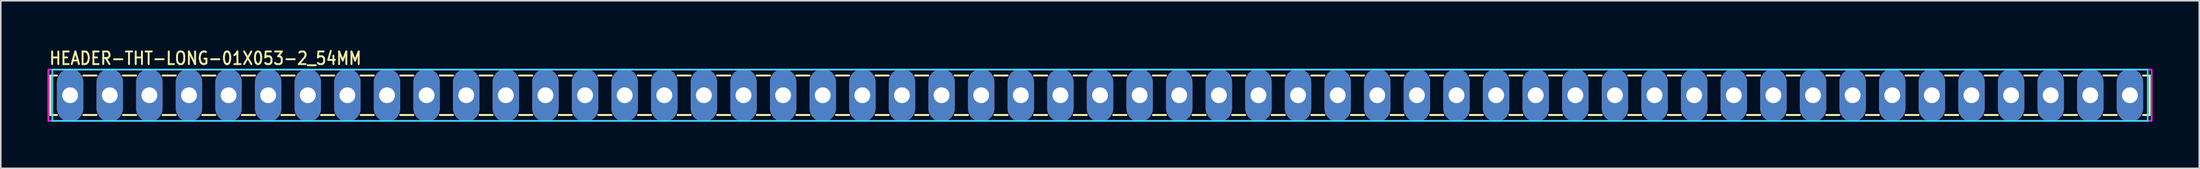
<source format=kicad_pcb>
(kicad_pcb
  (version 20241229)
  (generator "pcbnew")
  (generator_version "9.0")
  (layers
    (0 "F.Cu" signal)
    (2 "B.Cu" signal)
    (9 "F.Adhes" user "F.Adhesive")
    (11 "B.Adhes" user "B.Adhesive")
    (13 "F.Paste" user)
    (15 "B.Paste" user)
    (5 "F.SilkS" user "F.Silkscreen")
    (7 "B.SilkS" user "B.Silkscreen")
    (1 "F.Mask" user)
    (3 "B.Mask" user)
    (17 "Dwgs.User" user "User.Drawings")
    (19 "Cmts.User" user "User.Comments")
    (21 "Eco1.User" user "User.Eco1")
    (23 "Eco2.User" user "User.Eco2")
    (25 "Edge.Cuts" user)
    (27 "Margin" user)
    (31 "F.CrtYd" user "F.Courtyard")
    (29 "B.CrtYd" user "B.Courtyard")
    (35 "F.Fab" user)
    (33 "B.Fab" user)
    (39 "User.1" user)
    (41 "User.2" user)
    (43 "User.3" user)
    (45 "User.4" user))
  (footprint "HEADER-THT-LONG-01X053-2_54MM"
    (layer "F.Cu")
    (at 1.447 3.079)
    (property "Reference" "HEADER-THT-LONG-01X053-2_54MM" (at -1.4 -1.9 0) (unlocked yes) (layer "F.SilkS") (effects (font (size 0.813 0.695) (thickness 0.122)) (justify left bottom)))
    (fp_line (start -1.27 -1.27) (end -1.27 1.27) (stroke (width 0.127) (type solid)) (layer "F.SilkS"))
    (fp_line (start -1.27 1.27) (end -0.85 1.27) (stroke (width 0.127) (type solid)) (layer "F.SilkS"))
    (fp_line (start -0.85 -1.27) (end -1.27 -1.27) (stroke (width 0.127) (type solid)) (layer "F.SilkS"))
    (fp_line (start 0.85 -1.27) (end 1.69 -1.27) (stroke (width 0.127) (type solid)) (layer "F.SilkS"))
    (fp_line (start 0.85 1.27) (end 1.69 1.27) (stroke (width 0.127) (type solid)) (layer "F.SilkS"))
    (fp_line (start 3.39 -1.27) (end 4.23 -1.27) (stroke (width 0.127) (type solid)) (layer "F.SilkS"))
    (fp_line (start 3.39 1.27) (end 4.23 1.27) (stroke (width 0.127) (type solid)) (layer "F.SilkS"))
    (fp_line (start 5.93 -1.27) (end 6.77 -1.27) (stroke (width 0.127) (type solid)) (layer "F.SilkS"))
    (fp_line (start 5.93 1.27) (end 6.77 1.27) (stroke (width 0.127) (type solid)) (layer "F.SilkS"))
    (fp_line (start 8.47 -1.27) (end 9.31 -1.27) (stroke (width 0.127) (type solid)) (layer "F.SilkS"))
    (fp_line (start 8.47 1.27) (end 9.31 1.27) (stroke (width 0.127) (type solid)) (layer "F.SilkS"))
    (fp_line (start 11.01 -1.27) (end 11.85 -1.27) (stroke (width 0.127) (type solid)) (layer "F.SilkS"))
    (fp_line (start 11.01 1.27) (end 11.85 1.27) (stroke (width 0.127) (type solid)) (layer "F.SilkS"))
    (fp_line (start 13.55 -1.27) (end 14.39 -1.27) (stroke (width 0.127) (type solid)) (layer "F.SilkS"))
    (fp_line (start 13.55 1.27) (end 14.39 1.27) (stroke (width 0.127) (type solid)) (layer "F.SilkS"))
    (fp_line (start 16.09 -1.27) (end 16.93 -1.27) (stroke (width 0.127) (type solid)) (layer "F.SilkS"))
    (fp_line (start 16.09 1.27) (end 16.93 1.27) (stroke (width 0.127) (type solid)) (layer "F.SilkS"))
    (fp_line (start 18.63 -1.27) (end 19.47 -1.27) (stroke (width 0.127) (type solid)) (layer "F.SilkS"))
    (fp_line (start 18.63 1.27) (end 19.47 1.27) (stroke (width 0.127) (type solid)) (layer "F.SilkS"))
    (fp_line (start 21.17 -1.27) (end 22.01 -1.27) (stroke (width 0.127) (type solid)) (layer "F.SilkS"))
    (fp_line (start 21.17 1.27) (end 22.01 1.27) (stroke (width 0.127) (type solid)) (layer "F.SilkS"))
    (fp_line (start 23.71 -1.27) (end 24.55 -1.27) (stroke (width 0.127) (type solid)) (layer "F.SilkS"))
    (fp_line (start 23.71 1.27) (end 24.55 1.27) (stroke (width 0.127) (type solid)) (layer "F.SilkS"))
    (fp_line (start 26.25 -1.27) (end 27.09 -1.27) (stroke (width 0.127) (type solid)) (layer "F.SilkS"))
    (fp_line (start 26.25 1.27) (end 27.09 1.27) (stroke (width 0.127) (type solid)) (layer "F.SilkS"))
    (fp_line (start 28.79 -1.27) (end 29.63 -1.27) (stroke (width 0.127) (type solid)) (layer "F.SilkS"))
    (fp_line (start 28.79 1.27) (end 29.63 1.27) (stroke (width 0.127) (type solid)) (layer "F.SilkS"))
    (fp_line (start 31.33 -1.27) (end 32.17 -1.27) (stroke (width 0.127) (type solid)) (layer "F.SilkS"))
    (fp_line (start 31.33 1.27) (end 32.17 1.27) (stroke (width 0.127) (type solid)) (layer "F.SilkS"))
    (fp_line (start 33.87 -1.27) (end 34.71 -1.27) (stroke (width 0.127) (type solid)) (layer "F.SilkS"))
    (fp_line (start 33.87 1.27) (end 34.71 1.27) (stroke (width 0.127) (type solid)) (layer "F.SilkS"))
    (fp_line (start 36.41 -1.27) (end 37.25 -1.27) (stroke (width 0.127) (type solid)) (layer "F.SilkS"))
    (fp_line (start 36.41 1.27) (end 37.25 1.27) (stroke (width 0.127) (type solid)) (layer "F.SilkS"))
    (fp_line (start 38.95 -1.27) (end 39.79 -1.27) (stroke (width 0.127) (type solid)) (layer "F.SilkS"))
    (fp_line (start 38.95 1.27) (end 39.79 1.27) (stroke (width 0.127) (type solid)) (layer "F.SilkS"))
    (fp_line (start 41.49 -1.27) (end 42.33 -1.27) (stroke (width 0.127) (type solid)) (layer "F.SilkS"))
    (fp_line (start 41.49 1.27) (end 42.33 1.27) (stroke (width 0.127) (type solid)) (layer "F.SilkS"))
    (fp_line (start 44.03 -1.27) (end 44.87 -1.27) (stroke (width 0.127) (type solid)) (layer "F.SilkS"))
    (fp_line (start 44.03 1.27) (end 44.87 1.27) (stroke (width 0.127) (type solid)) (layer "F.SilkS"))
    (fp_line (start 46.57 -1.27) (end 47.41 -1.27) (stroke (width 0.127) (type solid)) (layer "F.SilkS"))
    (fp_line (start 46.57 1.27) (end 47.41 1.27) (stroke (width 0.127) (type solid)) (layer "F.SilkS"))
    (fp_line (start 49.11 -1.27) (end 49.95 -1.27) (stroke (width 0.127) (type solid)) (layer "F.SilkS"))
    (fp_line (start 49.11 1.27) (end 49.95 1.27) (stroke (width 0.127) (type solid)) (layer "F.SilkS"))
    (fp_line (start 51.65 -1.27) (end 52.49 -1.27) (stroke (width 0.127) (type solid)) (layer "F.SilkS"))
    (fp_line (start 51.65 1.27) (end 52.49 1.27) (stroke (width 0.127) (type solid)) (layer "F.SilkS"))
    (fp_line (start 54.19 -1.27) (end 55.03 -1.27) (stroke (width 0.127) (type solid)) (layer "F.SilkS"))
    (fp_line (start 54.19 1.27) (end 55.03 1.27) (stroke (width 0.127) (type solid)) (layer "F.SilkS"))
    (fp_line (start 56.73 -1.27) (end 57.57 -1.27) (stroke (width 0.127) (type solid)) (layer "F.SilkS"))
    (fp_line (start 56.73 1.27) (end 57.57 1.27) (stroke (width 0.127) (type solid)) (layer "F.SilkS"))
    (fp_line (start 59.27 -1.27) (end 60.11 -1.27) (stroke (width 0.127) (type solid)) (layer "F.SilkS"))
    (fp_line (start 59.27 1.27) (end 60.11 1.27) (stroke (width 0.127) (type solid)) (layer "F.SilkS"))
    (fp_line (start 61.81 -1.27) (end 62.65 -1.27) (stroke (width 0.127) (type solid)) (layer "F.SilkS"))
    (fp_line (start 61.81 1.27) (end 62.65 1.27) (stroke (width 0.127) (type solid)) (layer "F.SilkS"))
    (fp_line (start 64.35 -1.27) (end 65.19 -1.27) (stroke (width 0.127) (type solid)) (layer "F.SilkS"))
    (fp_line (start 64.35 1.27) (end 65.19 1.27) (stroke (width 0.127) (type solid)) (layer "F.SilkS"))
    (fp_line (start 66.89 -1.27) (end 67.73 -1.27) (stroke (width 0.127) (type solid)) (layer "F.SilkS"))
    (fp_line (start 66.89 1.27) (end 67.73 1.27) (stroke (width 0.127) (type solid)) (layer "F.SilkS"))
    (fp_line (start 69.43 -1.27) (end 70.27 -1.27) (stroke (width 0.127) (type solid)) (layer "F.SilkS"))
    (fp_line (start 69.43 1.27) (end 70.27 1.27) (stroke (width 0.127) (type solid)) (layer "F.SilkS"))
    (fp_line (start 71.97 -1.27) (end 72.81 -1.27) (stroke (width 0.127) (type solid)) (layer "F.SilkS"))
    (fp_line (start 71.97 1.27) (end 72.81 1.27) (stroke (width 0.127) (type solid)) (layer "F.SilkS"))
    (fp_line (start 74.51 -1.27) (end 75.35 -1.27) (stroke (width 0.127) (type solid)) (layer "F.SilkS"))
    (fp_line (start 74.51 1.27) (end 75.35 1.27) (stroke (width 0.127) (type solid)) (layer "F.SilkS"))
    (fp_line (start 77.05 -1.27) (end 77.89 -1.27) (stroke (width 0.127) (type solid)) (layer "F.SilkS"))
    (fp_line (start 77.05 1.27) (end 77.89 1.27) (stroke (width 0.127) (type solid)) (layer "F.SilkS"))
    (fp_line (start 79.59 -1.27) (end 80.43 -1.27) (stroke (width 0.127) (type solid)) (layer "F.SilkS"))
    (fp_line (start 79.59 1.27) (end 80.43 1.27) (stroke (width 0.127) (type solid)) (layer "F.SilkS"))
    (fp_line (start 82.13 -1.27) (end 82.97 -1.27) (stroke (width 0.127) (type solid)) (layer "F.SilkS"))
    (fp_line (start 82.13 1.27) (end 82.97 1.27) (stroke (width 0.127) (type solid)) (layer "F.SilkS"))
    (fp_line (start 84.67 -1.27) (end 85.51 -1.27) (stroke (width 0.127) (type solid)) (layer "F.SilkS"))
    (fp_line (start 84.67 1.27) (end 85.51 1.27) (stroke (width 0.127) (type solid)) (layer "F.SilkS"))
    (fp_line (start 87.21 -1.27) (end 88.05 -1.27) (stroke (width 0.127) (type solid)) (layer "F.SilkS"))
    (fp_line (start 87.21 1.27) (end 88.05 1.27) (stroke (width 0.127) (type solid)) (layer "F.SilkS"))
    (fp_line (start 89.75 -1.27) (end 90.59 -1.27) (stroke (width 0.127) (type solid)) (layer "F.SilkS"))
    (fp_line (start 89.75 1.27) (end 90.59 1.27) (stroke (width 0.127) (type solid)) (layer "F.SilkS"))
    (fp_line (start 92.29 -1.27) (end 93.13 -1.27) (stroke (width 0.127) (type solid)) (layer "F.SilkS"))
    (fp_line (start 92.29 1.27) (end 93.13 1.27) (stroke (width 0.127) (type solid)) (layer "F.SilkS"))
    (fp_line (start 94.83 -1.27) (end 95.67 -1.27) (stroke (width 0.127) (type solid)) (layer "F.SilkS"))
    (fp_line (start 94.83 1.27) (end 95.67 1.27) (stroke (width 0.127) (type solid)) (layer "F.SilkS"))
    (fp_line (start 97.37 -1.27) (end 98.21 -1.27) (stroke (width 0.127) (type solid)) (layer "F.SilkS"))
    (fp_line (start 97.37 1.27) (end 98.21 1.27) (stroke (width 0.127) (type solid)) (layer "F.SilkS"))
    (fp_line (start 99.91 -1.27) (end 100.75 -1.27) (stroke (width 0.127) (type solid)) (layer "F.SilkS"))
    (fp_line (start 99.91 1.27) (end 100.75 1.27) (stroke (width 0.127) (type solid)) (layer "F.SilkS"))
    (fp_line (start 102.45 -1.27) (end 103.29 -1.27) (stroke (width 0.127) (type solid)) (layer "F.SilkS"))
    (fp_line (start 102.45 1.27) (end 103.29 1.27) (stroke (width 0.127) (type solid)) (layer "F.SilkS"))
    (fp_line (start 104.99 -1.27) (end 105.83 -1.27) (stroke (width 0.127) (type solid)) (layer "F.SilkS"))
    (fp_line (start 104.99 1.27) (end 105.83 1.27) (stroke (width 0.127) (type solid)) (layer "F.SilkS"))
    (fp_line (start 107.53 -1.27) (end 108.37 -1.27) (stroke (width 0.127) (type solid)) (layer "F.SilkS"))
    (fp_line (start 107.53 1.27) (end 108.37 1.27) (stroke (width 0.127) (type solid)) (layer "F.SilkS"))
    (fp_line (start 110.07 -1.27) (end 110.91 -1.27) (stroke (width 0.127) (type solid)) (layer "F.SilkS"))
    (fp_line (start 110.07 1.27) (end 110.91 1.27) (stroke (width 0.127) (type solid)) (layer "F.SilkS"))
    (fp_line (start 112.61 -1.27) (end 113.45 -1.27) (stroke (width 0.127) (type solid)) (layer "F.SilkS"))
    (fp_line (start 112.61 1.27) (end 113.45 1.27) (stroke (width 0.127) (type solid)) (layer "F.SilkS"))
    (fp_line (start 115.15 -1.27) (end 115.99 -1.27) (stroke (width 0.127) (type solid)) (layer "F.SilkS"))
    (fp_line (start 115.15 1.27) (end 115.99 1.27) (stroke (width 0.127) (type solid)) (layer "F.SilkS"))
    (fp_line (start 117.69 -1.27) (end 118.53 -1.27) (stroke (width 0.127) (type solid)) (layer "F.SilkS"))
    (fp_line (start 117.69 1.27) (end 118.53 1.27) (stroke (width 0.127) (type solid)) (layer "F.SilkS"))
    (fp_line (start 120.23 -1.27) (end 121.07 -1.27) (stroke (width 0.127) (type solid)) (layer "F.SilkS"))
    (fp_line (start 120.23 1.27) (end 121.07 1.27) (stroke (width 0.127) (type solid)) (layer "F.SilkS"))
    (fp_line (start 122.77 -1.27) (end 123.61 -1.27) (stroke (width 0.127) (type solid)) (layer "F.SilkS"))
    (fp_line (start 122.77 1.27) (end 123.61 1.27) (stroke (width 0.127) (type solid)) (layer "F.SilkS"))
    (fp_line (start 125.31 -1.27) (end 126.15 -1.27) (stroke (width 0.127) (type solid)) (layer "F.SilkS"))
    (fp_line (start 125.31 1.27) (end 126.15 1.27) (stroke (width 0.127) (type solid)) (layer "F.SilkS"))
    (fp_line (start 127.85 -1.27) (end 128.69 -1.27) (stroke (width 0.127) (type solid)) (layer "F.SilkS"))
    (fp_line (start 127.85 1.27) (end 128.69 1.27) (stroke (width 0.127) (type solid)) (layer "F.SilkS"))
    (fp_line (start 130.39 -1.27) (end 131.23 -1.27) (stroke (width 0.127) (type solid)) (layer "F.SilkS"))
    (fp_line (start 130.39 1.27) (end 131.23 1.27) (stroke (width 0.127) (type solid)) (layer "F.SilkS"))
    (fp_line (start 132.93 -1.27) (end 133.35 -1.27) (stroke (width 0.127) (type solid)) (layer "F.SilkS"))
    (fp_line (start 133.35 -1.27) (end 133.35 1.27) (stroke (width 0.127) (type solid)) (layer "F.SilkS"))
    (fp_line (start 133.35 1.27) (end 132.93 1.27) (stroke (width 0.127) (type solid)) (layer "F.SilkS"))
    (fp_poly (pts (xy -1.143 -1.651) (xy 133.223 -1.651) (xy 133.223 1.651) (xy -1.143 1.651)) (stroke (width 0.1) (type solid)) (fill no) (layer "B.CrtYd"))
    (fp_poly (pts (xy -1.397 -1.651) (xy 133.477 -1.651) (xy 133.477 1.651) (xy -1.397 1.651)) (stroke (width 0.1) (type solid)) (fill no) (layer "F.CrtYd"))
    (pad "1" thru_hole oval (at 0 0 90) (size 3.387 1.693) (drill 1.016) (layers "*.Cu" "*.Mask"))
    (pad "2" thru_hole oval (at 2.54 0 90) (size 3.387 1.693) (drill 1.016) (layers "*.Cu" "*.Mask"))
    (pad "3" thru_hole oval (at 5.08 0 90) (size 3.387 1.693) (drill 1.016) (layers "*.Cu" "*.Mask"))
    (pad "4" thru_hole oval (at 7.62 0 90) (size 3.387 1.693) (drill 1.016) (layers "*.Cu" "*.Mask"))
    (pad "5" thru_hole oval (at 10.16 0 90) (size 3.387 1.693) (drill 1.016) (layers "*.Cu" "*.Mask"))
    (pad "6" thru_hole oval (at 12.7 0 90) (size 3.387 1.693) (drill 1.016) (layers "*.Cu" "*.Mask"))
    (pad "7" thru_hole oval (at 15.24 0 90) (size 3.387 1.693) (drill 1.016) (layers "*.Cu" "*.Mask"))
    (pad "8" thru_hole oval (at 17.78 0 90) (size 3.387 1.693) (drill 1.016) (layers "*.Cu" "*.Mask"))
    (pad "9" thru_hole oval (at 20.32 0 90) (size 3.387 1.693) (drill 1.016) (layers "*.Cu" "*.Mask"))
    (pad "10" thru_hole oval (at 22.86 0 90) (size 3.387 1.693) (drill 1.016) (layers "*.Cu" "*.Mask"))
    (pad "11" thru_hole oval (at 25.4 0 90) (size 3.387 1.693) (drill 1.016) (layers "*.Cu" "*.Mask"))
    (pad "12" thru_hole oval (at 27.94 0 90) (size 3.387 1.693) (drill 1.016) (layers "*.Cu" "*.Mask"))
    (pad "13" thru_hole oval (at 30.48 0 90) (size 3.387 1.693) (drill 1.016) (layers "*.Cu" "*.Mask"))
    (pad "14" thru_hole oval (at 33.02 0 90) (size 3.387 1.693) (drill 1.016) (layers "*.Cu" "*.Mask"))
    (pad "15" thru_hole oval (at 35.56 0 90) (size 3.387 1.693) (drill 1.016) (layers "*.Cu" "*.Mask"))
    (pad "16" thru_hole oval (at 38.1 0 90) (size 3.387 1.693) (drill 1.016) (layers "*.Cu" "*.Mask"))
    (pad "17" thru_hole oval (at 40.64 0 90) (size 3.387 1.693) (drill 1.016) (layers "*.Cu" "*.Mask"))
    (pad "18" thru_hole oval (at 43.18 0 90) (size 3.387 1.693) (drill 1.016) (layers "*.Cu" "*.Mask"))
    (pad "19" thru_hole oval (at 45.72 0 90) (size 3.387 1.693) (drill 1.016) (layers "*.Cu" "*.Mask"))
    (pad "20" thru_hole oval (at 48.26 0 90) (size 3.387 1.693) (drill 1.016) (layers "*.Cu" "*.Mask"))
    (pad "21" thru_hole oval (at 50.8 0 90) (size 3.387 1.693) (drill 1.016) (layers "*.Cu" "*.Mask"))
    (pad "22" thru_hole oval (at 53.34 0 90) (size 3.387 1.693) (drill 1.016) (layers "*.Cu" "*.Mask"))
    (pad "23" thru_hole oval (at 55.88 0 90) (size 3.387 1.693) (drill 1.016) (layers "*.Cu" "*.Mask"))
    (pad "24" thru_hole oval (at 58.42 0 90) (size 3.387 1.693) (drill 1.016) (layers "*.Cu" "*.Mask"))
    (pad "25" thru_hole oval (at 60.96 0 90) (size 3.387 1.693) (drill 1.016) (layers "*.Cu" "*.Mask"))
    (pad "26" thru_hole oval (at 63.5 0 90) (size 3.387 1.693) (drill 1.016) (layers "*.Cu" "*.Mask"))
    (pad "27" thru_hole oval (at 66.04 0 90) (size 3.387 1.693) (drill 1.016) (layers "*.Cu" "*.Mask"))
    (pad "28" thru_hole oval (at 68.58 0 90) (size 3.387 1.693) (drill 1.016) (layers "*.Cu" "*.Mask"))
    (pad "29" thru_hole oval (at 71.12 0 90) (size 3.387 1.693) (drill 1.016) (layers "*.Cu" "*.Mask"))
    (pad "30" thru_hole oval (at 73.66 0 90) (size 3.387 1.693) (drill 1.016) (layers "*.Cu" "*.Mask"))
    (pad "31" thru_hole oval (at 76.2 0 90) (size 3.387 1.693) (drill 1.016) (layers "*.Cu" "*.Mask"))
    (pad "32" thru_hole oval (at 78.74 0 90) (size 3.387 1.693) (drill 1.016) (layers "*.Cu" "*.Mask"))
    (pad "33" thru_hole oval (at 81.28 0 90) (size 3.387 1.693) (drill 1.016) (layers "*.Cu" "*.Mask"))
    (pad "34" thru_hole oval (at 83.82 0 90) (size 3.387 1.693) (drill 1.016) (layers "*.Cu" "*.Mask"))
    (pad "35" thru_hole oval (at 86.36 0 90) (size 3.387 1.693) (drill 1.016) (layers "*.Cu" "*.Mask"))
    (pad "36" thru_hole oval (at 88.9 0 90) (size 3.387 1.693) (drill 1.016) (layers "*.Cu" "*.Mask"))
    (pad "37" thru_hole oval (at 91.44 0 90) (size 3.387 1.693) (drill 1.016) (layers "*.Cu" "*.Mask"))
    (pad "38" thru_hole oval (at 93.98 0 90) (size 3.387 1.693) (drill 1.016) (layers "*.Cu" "*.Mask"))
    (pad "39" thru_hole oval (at 96.52 0 90) (size 3.387 1.693) (drill 1.016) (layers "*.Cu" "*.Mask"))
    (pad "40" thru_hole oval (at 99.06 0 90) (size 3.387 1.693) (drill 1.016) (layers "*.Cu" "*.Mask"))
    (pad "41" thru_hole oval (at 101.6 0 90) (size 3.387 1.693) (drill 1.016) (layers "*.Cu" "*.Mask"))
    (pad "42" thru_hole oval (at 104.14 0 90) (size 3.387 1.693) (drill 1.016) (layers "*.Cu" "*.Mask"))
    (pad "43" thru_hole oval (at 106.68 0 90) (size 3.387 1.693) (drill 1.016) (layers "*.Cu" "*.Mask"))
    (pad "44" thru_hole oval (at 109.22 0 90) (size 3.387 1.693) (drill 1.016) (layers "*.Cu" "*.Mask"))
    (pad "45" thru_hole oval (at 111.76 0 90) (size 3.387 1.693) (drill 1.016) (layers "*.Cu" "*.Mask"))
    (pad "46" thru_hole oval (at 114.3 0 90) (size 3.387 1.693) (drill 1.016) (layers "*.Cu" "*.Mask"))
    (pad "47" thru_hole oval (at 116.84 0 90) (size 3.387 1.693) (drill 1.016) (layers "*.Cu" "*.Mask"))
    (pad "48" thru_hole oval (at 119.38 0 90) (size 3.387 1.693) (drill 1.016) (layers "*.Cu" "*.Mask"))
    (pad "49" thru_hole oval (at 121.92 0 90) (size 3.387 1.693) (drill 1.016) (layers "*.Cu" "*.Mask"))
    (pad "50" thru_hole oval (at 124.46 0 90) (size 3.387 1.693) (drill 1.016) (layers "*.Cu" "*.Mask"))
    (pad "51" thru_hole oval (at 127 0 90) (size 3.387 1.693) (drill 1.016) (layers "*.Cu" "*.Mask"))
    (pad "52" thru_hole oval (at 129.54 0 90) (size 3.387 1.693) (drill 1.016) (layers "*.Cu" "*.Mask"))
    (pad "53" thru_hole oval (at 132.08 0 90) (size 3.387 1.693) (drill 1.016) (layers "*.Cu" "*.Mask")))
  (gr_rect
    (start -3 -3)
    (end 137.974 7.78)
    (stroke (width 0.1) (type default))
    (fill no)
    (layer "Edge.Cuts")))
</source>
